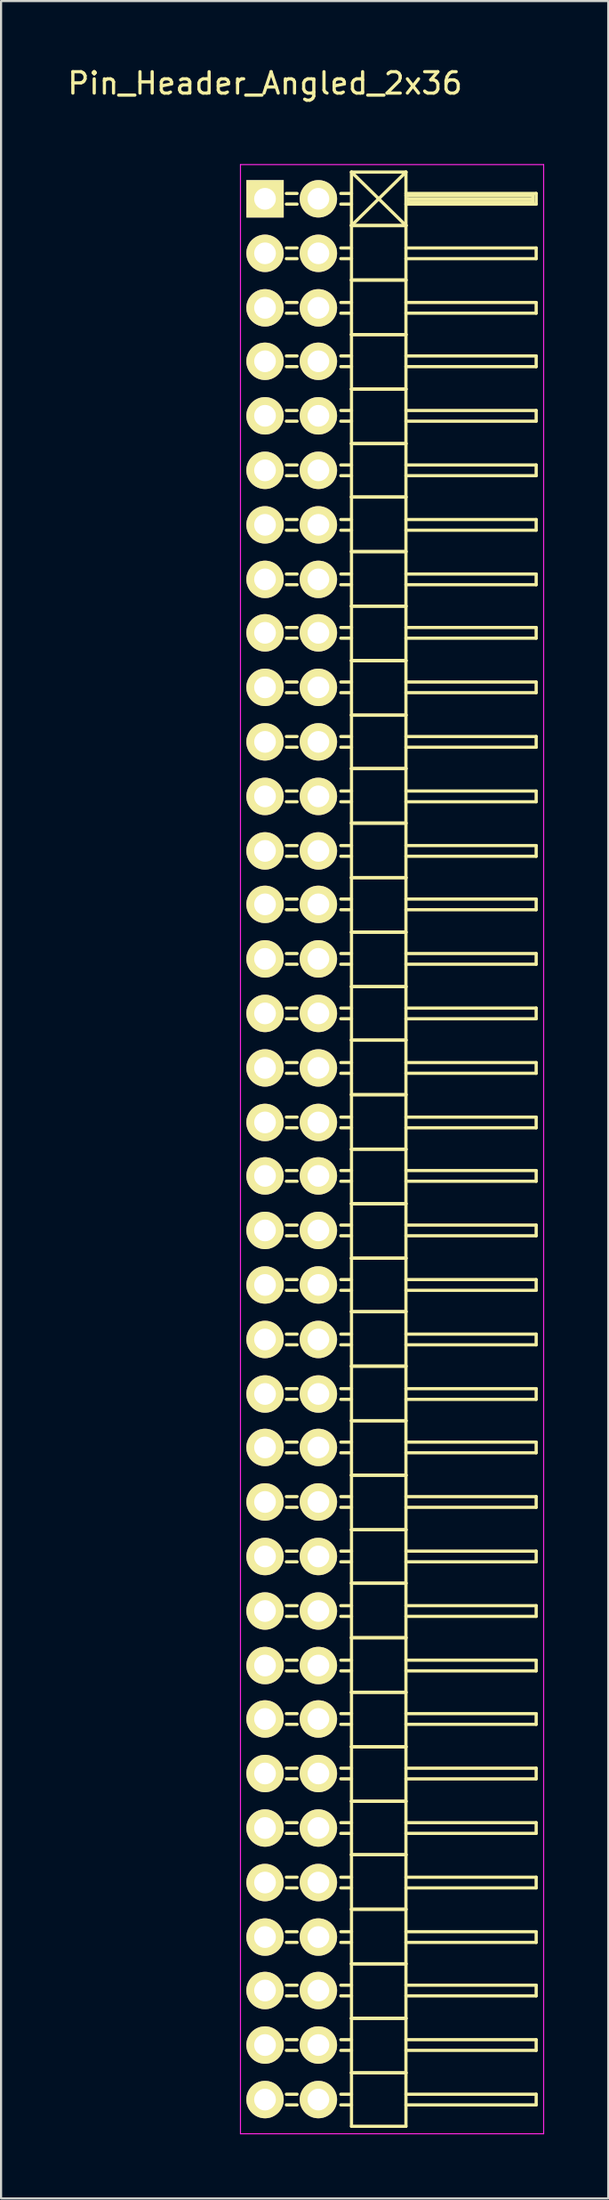
<source format=kicad_pcb>
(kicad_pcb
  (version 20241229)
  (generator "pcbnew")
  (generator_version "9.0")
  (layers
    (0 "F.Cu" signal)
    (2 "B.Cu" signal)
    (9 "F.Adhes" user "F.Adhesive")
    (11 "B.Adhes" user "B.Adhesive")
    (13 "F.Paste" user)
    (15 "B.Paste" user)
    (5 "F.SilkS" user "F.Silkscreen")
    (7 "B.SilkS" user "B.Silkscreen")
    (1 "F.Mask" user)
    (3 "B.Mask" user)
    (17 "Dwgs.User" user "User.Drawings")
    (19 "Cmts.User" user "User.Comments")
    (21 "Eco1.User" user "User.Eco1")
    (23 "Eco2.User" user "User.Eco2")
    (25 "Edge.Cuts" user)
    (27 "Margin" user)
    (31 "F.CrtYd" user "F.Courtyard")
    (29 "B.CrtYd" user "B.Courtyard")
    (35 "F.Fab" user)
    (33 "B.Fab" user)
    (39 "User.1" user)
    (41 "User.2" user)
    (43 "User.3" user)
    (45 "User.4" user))
  (footprint "Pin_Header_Angled_2x36"
    (layer "F.Cu")
    (at 9.363 6.248)
    (property "Reference" "Pin_Header_Angled_2x36" (at 0 -5.4 0) (layer "F.SilkS") (effects (font (size 1 1) (thickness 0.15))))
    (attr through_hole)
    (fp_line (start 1.5 -0.25) (end 1 -0.25) (stroke (width 0.15) (type solid)) (layer "F.SilkS"))
    (fp_line (start 1.5 0.25) (end 1 0.25) (stroke (width 0.15) (type solid)) (layer "F.SilkS"))
    (fp_line (start 1.5 2.3) (end 1 2.3) (stroke (width 0.15) (type solid)) (layer "F.SilkS"))
    (fp_line (start 1.5 2.8) (end 1 2.8) (stroke (width 0.15) (type solid)) (layer "F.SilkS"))
    (fp_line (start 1.5 4.85) (end 1 4.85) (stroke (width 0.15) (type solid)) (layer "F.SilkS"))
    (fp_line (start 1.5 5.35) (end 1 5.35) (stroke (width 0.15) (type solid)) (layer "F.SilkS"))
    (fp_line (start 1.5 7.35) (end 1 7.35) (stroke (width 0.15) (type solid)) (layer "F.SilkS"))
    (fp_line (start 1.5 7.85) (end 1 7.85) (stroke (width 0.15) (type solid)) (layer "F.SilkS"))
    (fp_line (start 1.5 9.9) (end 1 9.9) (stroke (width 0.15) (type solid)) (layer "F.SilkS"))
    (fp_line (start 1.5 10.4) (end 1 10.4) (stroke (width 0.15) (type solid)) (layer "F.SilkS"))
    (fp_line (start 1.5 12.45) (end 1 12.45) (stroke (width 0.15) (type solid)) (layer "F.SilkS"))
    (fp_line (start 1.5 12.95) (end 1 12.95) (stroke (width 0.15) (type solid)) (layer "F.SilkS"))
    (fp_line (start 1.5 15) (end 1 15) (stroke (width 0.15) (type solid)) (layer "F.SilkS"))
    (fp_line (start 1.5 15.5) (end 1 15.5) (stroke (width 0.15) (type solid)) (layer "F.SilkS"))
    (fp_line (start 1.5 17.55) (end 1 17.55) (stroke (width 0.15) (type solid)) (layer "F.SilkS"))
    (fp_line (start 1.5 18.05) (end 1 18.05) (stroke (width 0.15) (type solid)) (layer "F.SilkS"))
    (fp_line (start 1.5 20.05) (end 1 20.05) (stroke (width 0.15) (type solid)) (layer "F.SilkS"))
    (fp_line (start 1.5 20.55) (end 1 20.55) (stroke (width 0.15) (type solid)) (layer "F.SilkS"))
    (fp_line (start 1.5 22.6) (end 1 22.6) (stroke (width 0.15) (type solid)) (layer "F.SilkS"))
    (fp_line (start 1.5 23.1) (end 1 23.1) (stroke (width 0.15) (type solid)) (layer "F.SilkS"))
    (fp_line (start 1.5 25.15) (end 1 25.15) (stroke (width 0.15) (type solid)) (layer "F.SilkS"))
    (fp_line (start 1.5 25.65) (end 1 25.65) (stroke (width 0.15) (type solid)) (layer "F.SilkS"))
    (fp_line (start 1.5 27.7) (end 1 27.7) (stroke (width 0.15) (type solid)) (layer "F.SilkS"))
    (fp_line (start 1.5 28.2) (end 1 28.2) (stroke (width 0.15) (type solid)) (layer "F.SilkS"))
    (fp_line (start 1.5 30.25) (end 1 30.25) (stroke (width 0.15) (type solid)) (layer "F.SilkS"))
    (fp_line (start 1.5 30.75) (end 1 30.75) (stroke (width 0.15) (type solid)) (layer "F.SilkS"))
    (fp_line (start 1.5 32.75) (end 1 32.75) (stroke (width 0.15) (type solid)) (layer "F.SilkS"))
    (fp_line (start 1.5 33.25) (end 1 33.25) (stroke (width 0.15) (type solid)) (layer "F.SilkS"))
    (fp_line (start 1.5 35.3) (end 1 35.3) (stroke (width 0.15) (type solid)) (layer "F.SilkS"))
    (fp_line (start 1.5 35.8) (end 1 35.8) (stroke (width 0.15) (type solid)) (layer "F.SilkS"))
    (fp_line (start 1.5 37.85) (end 1 37.85) (stroke (width 0.15) (type solid)) (layer "F.SilkS"))
    (fp_line (start 1.5 38.35) (end 1 38.35) (stroke (width 0.15) (type solid)) (layer "F.SilkS"))
    (fp_line (start 1.5 40.4) (end 1 40.4) (stroke (width 0.15) (type solid)) (layer "F.SilkS"))
    (fp_line (start 1.5 40.9) (end 1 40.9) (stroke (width 0.15) (type solid)) (layer "F.SilkS"))
    (fp_line (start 1.5 42.95) (end 1 42.95) (stroke (width 0.15) (type solid)) (layer "F.SilkS"))
    (fp_line (start 1.5 43.45) (end 1 43.45) (stroke (width 0.15) (type solid)) (layer "F.SilkS"))
    (fp_line (start 1.5 45.45) (end 1 45.45) (stroke (width 0.15) (type solid)) (layer "F.SilkS"))
    (fp_line (start 1.5 45.95) (end 1 45.95) (stroke (width 0.15) (type solid)) (layer "F.SilkS"))
    (fp_line (start 1.5 48) (end 1 48) (stroke (width 0.15) (type solid)) (layer "F.SilkS"))
    (fp_line (start 1.5 48.5) (end 1 48.5) (stroke (width 0.15) (type solid)) (layer "F.SilkS"))
    (fp_line (start 1.5 50.55) (end 1 50.55) (stroke (width 0.15) (type solid)) (layer "F.SilkS"))
    (fp_line (start 1.5 51.05) (end 1 51.05) (stroke (width 0.15) (type solid)) (layer "F.SilkS"))
    (fp_line (start 1.5 53.1) (end 1 53.1) (stroke (width 0.15) (type solid)) (layer "F.SilkS"))
    (fp_line (start 1.5 53.6) (end 1 53.6) (stroke (width 0.15) (type solid)) (layer "F.SilkS"))
    (fp_line (start 1.5 55.65) (end 1 55.65) (stroke (width 0.15) (type solid)) (layer "F.SilkS"))
    (fp_line (start 1.5 56.15) (end 1 56.15) (stroke (width 0.15) (type solid)) (layer "F.SilkS"))
    (fp_line (start 1.5 58.15) (end 1 58.15) (stroke (width 0.15) (type solid)) (layer "F.SilkS"))
    (fp_line (start 1.5 58.65) (end 1 58.65) (stroke (width 0.15) (type solid)) (layer "F.SilkS"))
    (fp_line (start 1.5 60.7) (end 1 60.7) (stroke (width 0.15) (type solid)) (layer "F.SilkS"))
    (fp_line (start 1.5 61.2) (end 1 61.2) (stroke (width 0.15) (type solid)) (layer "F.SilkS"))
    (fp_line (start 1.5 63.25) (end 1 63.25) (stroke (width 0.15) (type solid)) (layer "F.SilkS"))
    (fp_line (start 1.5 63.75) (end 1 63.75) (stroke (width 0.15) (type solid)) (layer "F.SilkS"))
    (fp_line (start 1.5 65.8) (end 1 65.8) (stroke (width 0.15) (type solid)) (layer "F.SilkS"))
    (fp_line (start 1.5 66.3) (end 1 66.3) (stroke (width 0.15) (type solid)) (layer "F.SilkS"))
    (fp_line (start 1.5 68.35) (end 1 68.35) (stroke (width 0.15) (type solid)) (layer "F.SilkS"))
    (fp_line (start 1.5 68.85) (end 1 68.85) (stroke (width 0.15) (type solid)) (layer "F.SilkS"))
    (fp_line (start 1.5 70.85) (end 1 70.85) (stroke (width 0.15) (type solid)) (layer "F.SilkS"))
    (fp_line (start 1.5 71.35) (end 1 71.35) (stroke (width 0.15) (type solid)) (layer "F.SilkS"))
    (fp_line (start 1.5 73.4) (end 1 73.4) (stroke (width 0.15) (type solid)) (layer "F.SilkS"))
    (fp_line (start 1.5 73.9) (end 1 73.9) (stroke (width 0.15) (type solid)) (layer "F.SilkS"))
    (fp_line (start 1.5 75.95) (end 1 75.95) (stroke (width 0.15) (type solid)) (layer "F.SilkS"))
    (fp_line (start 1.5 76.45) (end 1 76.45) (stroke (width 0.15) (type solid)) (layer "F.SilkS"))
    (fp_line (start 1.5 78.5) (end 1 78.5) (stroke (width 0.15) (type solid)) (layer "F.SilkS"))
    (fp_line (start 1.5 79) (end 1 79) (stroke (width 0.15) (type solid)) (layer "F.SilkS"))
    (fp_line (start 1.5 81.05) (end 1 81.05) (stroke (width 0.15) (type solid)) (layer "F.SilkS"))
    (fp_line (start 1.5 81.55) (end 1 81.55) (stroke (width 0.15) (type solid)) (layer "F.SilkS"))
    (fp_line (start 1.5 83.55) (end 1 83.55) (stroke (width 0.15) (type solid)) (layer "F.SilkS"))
    (fp_line (start 1.5 84.05) (end 1 84.05) (stroke (width 0.15) (type solid)) (layer "F.SilkS"))
    (fp_line (start 1.5 86.1) (end 1 86.1) (stroke (width 0.15) (type solid)) (layer "F.SilkS"))
    (fp_line (start 1.5 86.6) (end 1 86.6) (stroke (width 0.15) (type solid)) (layer "F.SilkS"))
    (fp_line (start 1.5 88.65) (end 1 88.65) (stroke (width 0.15) (type solid)) (layer "F.SilkS"))
    (fp_line (start 1.5 89.15) (end 1 89.15) (stroke (width 0.15) (type solid)) (layer "F.SilkS"))
    (fp_line (start 4.05 -1.25) (end 4.05 1.25) (stroke (width 0.15) (type solid)) (layer "F.SilkS"))
    (fp_line (start 4.05 -1.25) (end 6.6 -1.25) (stroke (width 0.15) (type solid)) (layer "F.SilkS"))
    (fp_line (start 4.05 -1.25) (end 6.6 1.25) (stroke (width 0.15) (type solid)) (layer "F.SilkS"))
    (fp_line (start 4.05 -0.25) (end 3.55 -0.25) (stroke (width 0.15) (type solid)) (layer "F.SilkS"))
    (fp_line (start 4.05 0.25) (end 3.55 0.25) (stroke (width 0.15) (type solid)) (layer "F.SilkS"))
    (fp_line (start 4.05 1.25) (end 4.05 3.8) (stroke (width 0.15) (type solid)) (layer "F.SilkS"))
    (fp_line (start 4.05 1.25) (end 6.6 1.25) (stroke (width 0.15) (type solid)) (layer "F.SilkS"))
    (fp_line (start 4.05 1.25) (end 6.6 1.25) (stroke (width 0.15) (type solid)) (layer "F.SilkS"))
    (fp_line (start 4.05 2.3) (end 3.55 2.3) (stroke (width 0.15) (type solid)) (layer "F.SilkS"))
    (fp_line (start 4.05 2.8) (end 3.55 2.8) (stroke (width 0.15) (type solid)) (layer "F.SilkS"))
    (fp_line (start 4.05 3.8) (end 4.05 6.35) (stroke (width 0.15) (type solid)) (layer "F.SilkS"))
    (fp_line (start 4.05 3.8) (end 6.6 3.8) (stroke (width 0.15) (type solid)) (layer "F.SilkS"))
    (fp_line (start 4.05 3.8) (end 6.6 3.8) (stroke (width 0.15) (type solid)) (layer "F.SilkS"))
    (fp_line (start 4.05 4.85) (end 3.55 4.85) (stroke (width 0.15) (type solid)) (layer "F.SilkS"))
    (fp_line (start 4.05 5.35) (end 3.55 5.35) (stroke (width 0.15) (type solid)) (layer "F.SilkS"))
    (fp_line (start 4.05 6.35) (end 4.05 8.9) (stroke (width 0.15) (type solid)) (layer "F.SilkS"))
    (fp_line (start 4.05 6.35) (end 6.6 6.35) (stroke (width 0.15) (type solid)) (layer "F.SilkS"))
    (fp_line (start 4.05 6.35) (end 6.6 6.35) (stroke (width 0.15) (type solid)) (layer "F.SilkS"))
    (fp_line (start 4.05 7.35) (end 3.55 7.35) (stroke (width 0.15) (type solid)) (layer "F.SilkS"))
    (fp_line (start 4.05 7.85) (end 3.55 7.85) (stroke (width 0.15) (type solid)) (layer "F.SilkS"))
    (fp_line (start 4.05 8.9) (end 4.05 11.45) (stroke (width 0.15) (type solid)) (layer "F.SilkS"))
    (fp_line (start 4.05 8.9) (end 6.6 8.9) (stroke (width 0.15) (type solid)) (layer "F.SilkS"))
    (fp_line (start 4.05 8.9) (end 6.6 8.9) (stroke (width 0.15) (type solid)) (layer "F.SilkS"))
    (fp_line (start 4.05 9.9) (end 3.55 9.9) (stroke (width 0.15) (type solid)) (layer "F.SilkS"))
    (fp_line (start 4.05 10.4) (end 3.55 10.4) (stroke (width 0.15) (type solid)) (layer "F.SilkS"))
    (fp_line (start 4.05 11.45) (end 4.05 13.95) (stroke (width 0.15) (type solid)) (layer "F.SilkS"))
    (fp_line (start 4.05 11.45) (end 6.6 11.45) (stroke (width 0.15) (type solid)) (layer "F.SilkS"))
    (fp_line (start 4.05 11.45) (end 6.6 11.45) (stroke (width 0.15) (type solid)) (layer "F.SilkS"))
    (fp_line (start 4.05 12.45) (end 3.55 12.45) (stroke (width 0.15) (type solid)) (layer "F.SilkS"))
    (fp_line (start 4.05 12.95) (end 3.55 12.95) (stroke (width 0.15) (type solid)) (layer "F.SilkS"))
    (fp_line (start 4.05 13.95) (end 4.05 16.5) (stroke (width 0.15) (type solid)) (layer "F.SilkS"))
    (fp_line (start 4.05 13.95) (end 6.6 13.95) (stroke (width 0.15) (type solid)) (layer "F.SilkS"))
    (fp_line (start 4.05 13.95) (end 6.6 13.95) (stroke (width 0.15) (type solid)) (layer "F.SilkS"))
    (fp_line (start 4.05 15) (end 3.55 15) (stroke (width 0.15) (type solid)) (layer "F.SilkS"))
    (fp_line (start 4.05 15.5) (end 3.55 15.5) (stroke (width 0.15) (type solid)) (layer "F.SilkS"))
    (fp_line (start 4.05 16.5) (end 4.05 19.05) (stroke (width 0.15) (type solid)) (layer "F.SilkS"))
    (fp_line (start 4.05 16.5) (end 6.6 16.5) (stroke (width 0.15) (type solid)) (layer "F.SilkS"))
    (fp_line (start 4.05 16.5) (end 6.6 16.5) (stroke (width 0.15) (type solid)) (layer "F.SilkS"))
    (fp_line (start 4.05 17.55) (end 3.55 17.55) (stroke (width 0.15) (type solid)) (layer "F.SilkS"))
    (fp_line (start 4.05 18.05) (end 3.55 18.05) (stroke (width 0.15) (type solid)) (layer "F.SilkS"))
    (fp_line (start 4.05 19.05) (end 4.05 21.6) (stroke (width 0.15) (type solid)) (layer "F.SilkS"))
    (fp_line (start 4.05 19.05) (end 6.6 19.05) (stroke (width 0.15) (type solid)) (layer "F.SilkS"))
    (fp_line (start 4.05 19.05) (end 6.6 19.05) (stroke (width 0.15) (type solid)) (layer "F.SilkS"))
    (fp_line (start 4.05 20.05) (end 3.55 20.05) (stroke (width 0.15) (type solid)) (layer "F.SilkS"))
    (fp_line (start 4.05 20.55) (end 3.55 20.55) (stroke (width 0.15) (type solid)) (layer "F.SilkS"))
    (fp_line (start 4.05 21.6) (end 4.05 24.15) (stroke (width 0.15) (type solid)) (layer "F.SilkS"))
    (fp_line (start 4.05 21.6) (end 6.6 21.6) (stroke (width 0.15) (type solid)) (layer "F.SilkS"))
    (fp_line (start 4.05 21.6) (end 6.6 21.6) (stroke (width 0.15) (type solid)) (layer "F.SilkS"))
    (fp_line (start 4.05 22.6) (end 3.55 22.6) (stroke (width 0.15) (type solid)) (layer "F.SilkS"))
    (fp_line (start 4.05 23.1) (end 3.55 23.1) (stroke (width 0.15) (type solid)) (layer "F.SilkS"))
    (fp_line (start 4.05 24.15) (end 4.05 26.65) (stroke (width 0.15) (type solid)) (layer "F.SilkS"))
    (fp_line (start 4.05 24.15) (end 6.6 24.15) (stroke (width 0.15) (type solid)) (layer "F.SilkS"))
    (fp_line (start 4.05 24.15) (end 6.6 24.15) (stroke (width 0.15) (type solid)) (layer "F.SilkS"))
    (fp_line (start 4.05 25.15) (end 3.55 25.15) (stroke (width 0.15) (type solid)) (layer "F.SilkS"))
    (fp_line (start 4.05 25.65) (end 3.55 25.65) (stroke (width 0.15) (type solid)) (layer "F.SilkS"))
    (fp_line (start 4.05 26.65) (end 4.05 29.2) (stroke (width 0.15) (type solid)) (layer "F.SilkS"))
    (fp_line (start 4.05 26.65) (end 6.6 26.65) (stroke (width 0.15) (type solid)) (layer "F.SilkS"))
    (fp_line (start 4.05 26.65) (end 6.6 26.65) (stroke (width 0.15) (type solid)) (layer "F.SilkS"))
    (fp_line (start 4.05 27.7) (end 3.55 27.7) (stroke (width 0.15) (type solid)) (layer "F.SilkS"))
    (fp_line (start 4.05 28.2) (end 3.55 28.2) (stroke (width 0.15) (type solid)) (layer "F.SilkS"))
    (fp_line (start 4.05 29.2) (end 4.05 31.75) (stroke (width 0.15) (type solid)) (layer "F.SilkS"))
    (fp_line (start 4.05 29.2) (end 6.6 29.2) (stroke (width 0.15) (type solid)) (layer "F.SilkS"))
    (fp_line (start 4.05 29.2) (end 6.6 29.2) (stroke (width 0.15) (type solid)) (layer "F.SilkS"))
    (fp_line (start 4.05 30.25) (end 3.55 30.25) (stroke (width 0.15) (type solid)) (layer "F.SilkS"))
    (fp_line (start 4.05 30.75) (end 3.55 30.75) (stroke (width 0.15) (type solid)) (layer "F.SilkS"))
    (fp_line (start 4.05 31.75) (end 4.05 34.3) (stroke (width 0.15) (type solid)) (layer "F.SilkS"))
    (fp_line (start 4.05 31.75) (end 6.6 31.75) (stroke (width 0.15) (type solid)) (layer "F.SilkS"))
    (fp_line (start 4.05 31.75) (end 6.6 31.75) (stroke (width 0.15) (type solid)) (layer "F.SilkS"))
    (fp_line (start 4.05 32.75) (end 3.55 32.75) (stroke (width 0.15) (type solid)) (layer "F.SilkS"))
    (fp_line (start 4.05 33.25) (end 3.55 33.25) (stroke (width 0.15) (type solid)) (layer "F.SilkS"))
    (fp_line (start 4.05 34.3) (end 4.05 36.85) (stroke (width 0.15) (type solid)) (layer "F.SilkS"))
    (fp_line (start 4.05 34.3) (end 6.6 34.3) (stroke (width 0.15) (type solid)) (layer "F.SilkS"))
    (fp_line (start 4.05 34.3) (end 6.6 34.3) (stroke (width 0.15) (type solid)) (layer "F.SilkS"))
    (fp_line (start 4.05 35.3) (end 3.55 35.3) (stroke (width 0.15) (type solid)) (layer "F.SilkS"))
    (fp_line (start 4.05 35.8) (end 3.55 35.8) (stroke (width 0.15) (type solid)) (layer "F.SilkS"))
    (fp_line (start 4.05 36.85) (end 4.05 39.35) (stroke (width 0.15) (type solid)) (layer "F.SilkS"))
    (fp_line (start 4.05 36.85) (end 6.6 36.85) (stroke (width 0.15) (type solid)) (layer "F.SilkS"))
    (fp_line (start 4.05 36.85) (end 6.6 36.85) (stroke (width 0.15) (type solid)) (layer "F.SilkS"))
    (fp_line (start 4.05 37.85) (end 3.55 37.85) (stroke (width 0.15) (type solid)) (layer "F.SilkS"))
    (fp_line (start 4.05 38.35) (end 3.55 38.35) (stroke (width 0.15) (type solid)) (layer "F.SilkS"))
    (fp_line (start 4.05 39.35) (end 4.05 41.9) (stroke (width 0.15) (type solid)) (layer "F.SilkS"))
    (fp_line (start 4.05 39.35) (end 6.6 39.35) (stroke (width 0.15) (type solid)) (layer "F.SilkS"))
    (fp_line (start 4.05 39.35) (end 6.6 39.35) (stroke (width 0.15) (type solid)) (layer "F.SilkS"))
    (fp_line (start 4.05 40.4) (end 3.55 40.4) (stroke (width 0.15) (type solid)) (layer "F.SilkS"))
    (fp_line (start 4.05 40.9) (end 3.55 40.9) (stroke (width 0.15) (type solid)) (layer "F.SilkS"))
    (fp_line (start 4.05 41.9) (end 4.05 44.45) (stroke (width 0.15) (type solid)) (layer "F.SilkS"))
    (fp_line (start 4.05 41.9) (end 6.6 41.9) (stroke (width 0.15) (type solid)) (layer "F.SilkS"))
    (fp_line (start 4.05 41.9) (end 6.6 41.9) (stroke (width 0.15) (type solid)) (layer "F.SilkS"))
    (fp_line (start 4.05 42.95) (end 3.55 42.95) (stroke (width 0.15) (type solid)) (layer "F.SilkS"))
    (fp_line (start 4.05 43.45) (end 3.55 43.45) (stroke (width 0.15) (type solid)) (layer "F.SilkS"))
    (fp_line (start 4.05 44.45) (end 4.05 47) (stroke (width 0.15) (type solid)) (layer "F.SilkS"))
    (fp_line (start 4.05 44.45) (end 6.6 44.45) (stroke (width 0.15) (type solid)) (layer "F.SilkS"))
    (fp_line (start 4.05 44.45) (end 6.6 44.45) (stroke (width 0.15) (type solid)) (layer "F.SilkS"))
    (fp_line (start 4.05 45.45) (end 3.55 45.45) (stroke (width 0.15) (type solid)) (layer "F.SilkS"))
    (fp_line (start 4.05 45.95) (end 3.55 45.95) (stroke (width 0.15) (type solid)) (layer "F.SilkS"))
    (fp_line (start 4.05 47) (end 4.05 49.55) (stroke (width 0.15) (type solid)) (layer "F.SilkS"))
    (fp_line (start 4.05 47) (end 6.6 47) (stroke (width 0.15) (type solid)) (layer "F.SilkS"))
    (fp_line (start 4.05 47) (end 6.6 47) (stroke (width 0.15) (type solid)) (layer "F.SilkS"))
    (fp_line (start 4.05 48) (end 3.55 48) (stroke (width 0.15) (type solid)) (layer "F.SilkS"))
    (fp_line (start 4.05 48.5) (end 3.55 48.5) (stroke (width 0.15) (type solid)) (layer "F.SilkS"))
    (fp_line (start 4.05 49.55) (end 4.05 52.05) (stroke (width 0.15) (type solid)) (layer "F.SilkS"))
    (fp_line (start 4.05 49.55) (end 6.6 49.55) (stroke (width 0.15) (type solid)) (layer "F.SilkS"))
    (fp_line (start 4.05 49.55) (end 6.6 49.55) (stroke (width 0.15) (type solid)) (layer "F.SilkS"))
    (fp_line (start 4.05 50.55) (end 3.55 50.55) (stroke (width 0.15) (type solid)) (layer "F.SilkS"))
    (fp_line (start 4.05 51.05) (end 3.55 51.05) (stroke (width 0.15) (type solid)) (layer "F.SilkS"))
    (fp_line (start 4.05 52.05) (end 4.05 54.6) (stroke (width 0.15) (type solid)) (layer "F.SilkS"))
    (fp_line (start 4.05 52.05) (end 6.6 52.05) (stroke (width 0.15) (type solid)) (layer "F.SilkS"))
    (fp_line (start 4.05 52.05) (end 6.6 52.05) (stroke (width 0.15) (type solid)) (layer "F.SilkS"))
    (fp_line (start 4.05 53.1) (end 3.55 53.1) (stroke (width 0.15) (type solid)) (layer "F.SilkS"))
    (fp_line (start 4.05 53.6) (end 3.55 53.6) (stroke (width 0.15) (type solid)) (layer "F.SilkS"))
    (fp_line (start 4.05 54.6) (end 4.05 57.15) (stroke (width 0.15) (type solid)) (layer "F.SilkS"))
    (fp_line (start 4.05 54.6) (end 6.6 54.6) (stroke (width 0.15) (type solid)) (layer "F.SilkS"))
    (fp_line (start 4.05 54.6) (end 6.6 54.6) (stroke (width 0.15) (type solid)) (layer "F.SilkS"))
    (fp_line (start 4.05 55.65) (end 3.55 55.65) (stroke (width 0.15) (type solid)) (layer "F.SilkS"))
    (fp_line (start 4.05 56.15) (end 3.55 56.15) (stroke (width 0.15) (type solid)) (layer "F.SilkS"))
    (fp_line (start 4.05 57.15) (end 4.05 59.7) (stroke (width 0.15) (type solid)) (layer "F.SilkS"))
    (fp_line (start 4.05 57.15) (end 6.6 57.15) (stroke (width 0.15) (type solid)) (layer "F.SilkS"))
    (fp_line (start 4.05 57.15) (end 6.6 57.15) (stroke (width 0.15) (type solid)) (layer "F.SilkS"))
    (fp_line (start 4.05 58.15) (end 3.55 58.15) (stroke (width 0.15) (type solid)) (layer "F.SilkS"))
    (fp_line (start 4.05 58.65) (end 3.55 58.65) (stroke (width 0.15) (type solid)) (layer "F.SilkS"))
    (fp_line (start 4.05 59.7) (end 4.05 62.25) (stroke (width 0.15) (type solid)) (layer "F.SilkS"))
    (fp_line (start 4.05 59.7) (end 6.6 59.7) (stroke (width 0.15) (type solid)) (layer "F.SilkS"))
    (fp_line (start 4.05 59.7) (end 6.6 59.7) (stroke (width 0.15) (type solid)) (layer "F.SilkS"))
    (fp_line (start 4.05 60.7) (end 3.55 60.7) (stroke (width 0.15) (type solid)) (layer "F.SilkS"))
    (fp_line (start 4.05 61.2) (end 3.55 61.2) (stroke (width 0.15) (type solid)) (layer "F.SilkS"))
    (fp_line (start 4.05 62.25) (end 4.05 64.75) (stroke (width 0.15) (type solid)) (layer "F.SilkS"))
    (fp_line (start 4.05 62.25) (end 6.6 62.25) (stroke (width 0.15) (type solid)) (layer "F.SilkS"))
    (fp_line (start 4.05 62.25) (end 6.6 62.25) (stroke (width 0.15) (type solid)) (layer "F.SilkS"))
    (fp_line (start 4.05 63.25) (end 3.55 63.25) (stroke (width 0.15) (type solid)) (layer "F.SilkS"))
    (fp_line (start 4.05 63.75) (end 3.55 63.75) (stroke (width 0.15) (type solid)) (layer "F.SilkS"))
    (fp_line (start 4.05 64.75) (end 4.05 67.3) (stroke (width 0.15) (type solid)) (layer "F.SilkS"))
    (fp_line (start 4.05 64.75) (end 6.6 64.75) (stroke (width 0.15) (type solid)) (layer "F.SilkS"))
    (fp_line (start 4.05 64.75) (end 6.6 64.75) (stroke (width 0.15) (type solid)) (layer "F.SilkS"))
    (fp_line (start 4.05 65.8) (end 3.55 65.8) (stroke (width 0.15) (type solid)) (layer "F.SilkS"))
    (fp_line (start 4.05 66.3) (end 3.55 66.3) (stroke (width 0.15) (type solid)) (layer "F.SilkS"))
    (fp_line (start 4.05 67.3) (end 4.05 69.85) (stroke (width 0.15) (type solid)) (layer "F.SilkS"))
    (fp_line (start 4.05 67.3) (end 6.6 67.3) (stroke (width 0.15) (type solid)) (layer "F.SilkS"))
    (fp_line (start 4.05 67.3) (end 6.6 67.3) (stroke (width 0.15) (type solid)) (layer "F.SilkS"))
    (fp_line (start 4.05 68.35) (end 3.55 68.35) (stroke (width 0.15) (type solid)) (layer "F.SilkS"))
    (fp_line (start 4.05 68.85) (end 3.55 68.85) (stroke (width 0.15) (type solid)) (layer "F.SilkS"))
    (fp_line (start 4.05 69.85) (end 4.05 72.4) (stroke (width 0.15) (type solid)) (layer "F.SilkS"))
    (fp_line (start 4.05 69.85) (end 6.6 69.85) (stroke (width 0.15) (type solid)) (layer "F.SilkS"))
    (fp_line (start 4.05 69.85) (end 6.6 69.85) (stroke (width 0.15) (type solid)) (layer "F.SilkS"))
    (fp_line (start 4.05 70.85) (end 3.55 70.85) (stroke (width 0.15) (type solid)) (layer "F.SilkS"))
    (fp_line (start 4.05 71.35) (end 3.55 71.35) (stroke (width 0.15) (type solid)) (layer "F.SilkS"))
    (fp_line (start 4.05 72.4) (end 4.05 74.95) (stroke (width 0.15) (type solid)) (layer "F.SilkS"))
    (fp_line (start 4.05 72.4) (end 6.6 72.4) (stroke (width 0.15) (type solid)) (layer "F.SilkS"))
    (fp_line (start 4.05 72.4) (end 6.6 72.4) (stroke (width 0.15) (type solid)) (layer "F.SilkS"))
    (fp_line (start 4.05 73.4) (end 3.55 73.4) (stroke (width 0.15) (type solid)) (layer "F.SilkS"))
    (fp_line (start 4.05 73.9) (end 3.55 73.9) (stroke (width 0.15) (type solid)) (layer "F.SilkS"))
    (fp_line (start 4.05 74.95) (end 4.05 77.45) (stroke (width 0.15) (type solid)) (layer "F.SilkS"))
    (fp_line (start 4.05 74.95) (end 6.6 74.95) (stroke (width 0.15) (type solid)) (layer "F.SilkS"))
    (fp_line (start 4.05 74.95) (end 6.6 74.95) (stroke (width 0.15) (type solid)) (layer "F.SilkS"))
    (fp_line (start 4.05 75.95) (end 3.55 75.95) (stroke (width 0.15) (type solid)) (layer "F.SilkS"))
    (fp_line (start 4.05 76.45) (end 3.55 76.45) (stroke (width 0.15) (type solid)) (layer "F.SilkS"))
    (fp_line (start 4.05 77.45) (end 4.05 80) (stroke (width 0.15) (type solid)) (layer "F.SilkS"))
    (fp_line (start 4.05 77.45) (end 6.6 77.45) (stroke (width 0.15) (type solid)) (layer "F.SilkS"))
    (fp_line (start 4.05 77.45) (end 6.6 77.45) (stroke (width 0.15) (type solid)) (layer "F.SilkS"))
    (fp_line (start 4.05 78.5) (end 3.55 78.5) (stroke (width 0.15) (type solid)) (layer "F.SilkS"))
    (fp_line (start 4.05 79) (end 3.55 79) (stroke (width 0.15) (type solid)) (layer "F.SilkS"))
    (fp_line (start 4.05 80) (end 4.05 82.55) (stroke (width 0.15) (type solid)) (layer "F.SilkS"))
    (fp_line (start 4.05 80) (end 6.6 80) (stroke (width 0.15) (type solid)) (layer "F.SilkS"))
    (fp_line (start 4.05 80) (end 6.6 80) (stroke (width 0.15) (type solid)) (layer "F.SilkS"))
    (fp_line (start 4.05 81.05) (end 3.55 81.05) (stroke (width 0.15) (type solid)) (layer "F.SilkS"))
    (fp_line (start 4.05 81.55) (end 3.55 81.55) (stroke (width 0.15) (type solid)) (layer "F.SilkS"))
    (fp_line (start 4.05 82.55) (end 4.05 85.1) (stroke (width 0.15) (type solid)) (layer "F.SilkS"))
    (fp_line (start 4.05 82.55) (end 6.6 82.55) (stroke (width 0.15) (type solid)) (layer "F.SilkS"))
    (fp_line (start 4.05 82.55) (end 6.6 82.55) (stroke (width 0.15) (type solid)) (layer "F.SilkS"))
    (fp_line (start 4.05 83.55) (end 3.55 83.55) (stroke (width 0.15) (type solid)) (layer "F.SilkS"))
    (fp_line (start 4.05 84.05) (end 3.55 84.05) (stroke (width 0.15) (type solid)) (layer "F.SilkS"))
    (fp_line (start 4.05 85.1) (end 4.05 87.65) (stroke (width 0.15) (type solid)) (layer "F.SilkS"))
    (fp_line (start 4.05 85.1) (end 6.6 85.1) (stroke (width 0.15) (type solid)) (layer "F.SilkS"))
    (fp_line (start 4.05 85.1) (end 6.6 85.1) (stroke (width 0.15) (type solid)) (layer "F.SilkS"))
    (fp_line (start 4.05 86.1) (end 3.55 86.1) (stroke (width 0.15) (type solid)) (layer "F.SilkS"))
    (fp_line (start 4.05 86.6) (end 3.55 86.6) (stroke (width 0.15) (type solid)) (layer "F.SilkS"))
    (fp_line (start 4.05 87.65) (end 4.05 90.15) (stroke (width 0.15) (type solid)) (layer "F.SilkS"))
    (fp_line (start 4.05 87.65) (end 6.6 87.65) (stroke (width 0.15) (type solid)) (layer "F.SilkS"))
    (fp_line (start 4.05 87.65) (end 6.6 87.65) (stroke (width 0.15) (type solid)) (layer "F.SilkS"))
    (fp_line (start 4.05 88.65) (end 3.55 88.65) (stroke (width 0.15) (type solid)) (layer "F.SilkS"))
    (fp_line (start 4.05 89.15) (end 3.55 89.15) (stroke (width 0.15) (type solid)) (layer "F.SilkS"))
    (fp_line (start 4.05 90.15) (end 6.6 90.15) (stroke (width 0.15) (type solid)) (layer "F.SilkS"))
    (fp_line (start 6.6 -1.25) (end 4.05 1.25) (stroke (width 0.15) (type solid)) (layer "F.SilkS"))
    (fp_line (start 6.6 -0.25) (end 12.7 -0.25) (stroke (width 0.15) (type solid)) (layer "F.SilkS"))
    (fp_line (start 6.6 -0.15) (end 12.55 -0.15) (stroke (width 0.15) (type solid)) (layer "F.SilkS"))
    (fp_line (start 6.6 1.25) (end 6.6 -1.25) (stroke (width 0.15) (type solid)) (layer "F.SilkS"))
    (fp_line (start 6.6 2.3) (end 12.7 2.3) (stroke (width 0.15) (type solid)) (layer "F.SilkS"))
    (fp_line (start 6.6 3.8) (end 6.6 1.25) (stroke (width 0.15) (type solid)) (layer "F.SilkS"))
    (fp_line (start 6.6 4.85) (end 12.7 4.85) (stroke (width 0.15) (type solid)) (layer "F.SilkS"))
    (fp_line (start 6.6 6.35) (end 6.6 3.8) (stroke (width 0.15) (type solid)) (layer "F.SilkS"))
    (fp_line (start 6.6 7.35) (end 12.7 7.35) (stroke (width 0.15) (type solid)) (layer "F.SilkS"))
    (fp_line (start 6.6 8.9) (end 6.6 6.35) (stroke (width 0.15) (type solid)) (layer "F.SilkS"))
    (fp_line (start 6.6 9.9) (end 12.7 9.9) (stroke (width 0.15) (type solid)) (layer "F.SilkS"))
    (fp_line (start 6.6 11.45) (end 6.6 8.9) (stroke (width 0.15) (type solid)) (layer "F.SilkS"))
    (fp_line (start 6.6 12.45) (end 12.7 12.45) (stroke (width 0.15) (type solid)) (layer "F.SilkS"))
    (fp_line (start 6.6 13.95) (end 6.6 11.45) (stroke (width 0.15) (type solid)) (layer "F.SilkS"))
    (fp_line (start 6.6 15) (end 12.7 15) (stroke (width 0.15) (type solid)) (layer "F.SilkS"))
    (fp_line (start 6.6 16.5) (end 6.6 13.95) (stroke (width 0.15) (type solid)) (layer "F.SilkS"))
    (fp_line (start 6.6 17.55) (end 12.7 17.55) (stroke (width 0.15) (type solid)) (layer "F.SilkS"))
    (fp_line (start 6.6 19.05) (end 6.6 16.5) (stroke (width 0.15) (type solid)) (layer "F.SilkS"))
    (fp_line (start 6.6 20.05) (end 12.7 20.05) (stroke (width 0.15) (type solid)) (layer "F.SilkS"))
    (fp_line (start 6.6 21.6) (end 6.6 19.05) (stroke (width 0.15) (type solid)) (layer "F.SilkS"))
    (fp_line (start 6.6 22.6) (end 12.7 22.6) (stroke (width 0.15) (type solid)) (layer "F.SilkS"))
    (fp_line (start 6.6 24.15) (end 6.6 21.6) (stroke (width 0.15) (type solid)) (layer "F.SilkS"))
    (fp_line (start 6.6 25.15) (end 12.7 25.15) (stroke (width 0.15) (type solid)) (layer "F.SilkS"))
    (fp_line (start 6.6 26.65) (end 6.6 24.15) (stroke (width 0.15) (type solid)) (layer "F.SilkS"))
    (fp_line (start 6.6 27.7) (end 12.7 27.7) (stroke (width 0.15) (type solid)) (layer "F.SilkS"))
    (fp_line (start 6.6 29.2) (end 6.6 26.65) (stroke (width 0.15) (type solid)) (layer "F.SilkS"))
    (fp_line (start 6.6 30.25) (end 12.7 30.25) (stroke (width 0.15) (type solid)) (layer "F.SilkS"))
    (fp_line (start 6.6 31.75) (end 6.6 29.2) (stroke (width 0.15) (type solid)) (layer "F.SilkS"))
    (fp_line (start 6.6 32.75) (end 12.7 32.75) (stroke (width 0.15) (type solid)) (layer "F.SilkS"))
    (fp_line (start 6.6 34.3) (end 6.6 31.75) (stroke (width 0.15) (type solid)) (layer "F.SilkS"))
    (fp_line (start 6.6 35.3) (end 12.7 35.3) (stroke (width 0.15) (type solid)) (layer "F.SilkS"))
    (fp_line (start 6.6 36.85) (end 6.6 34.3) (stroke (width 0.15) (type solid)) (layer "F.SilkS"))
    (fp_line (start 6.6 37.85) (end 12.7 37.85) (stroke (width 0.15) (type solid)) (layer "F.SilkS"))
    (fp_line (start 6.6 39.35) (end 6.6 36.85) (stroke (width 0.15) (type solid)) (layer "F.SilkS"))
    (fp_line (start 6.6 40.4) (end 12.7 40.4) (stroke (width 0.15) (type solid)) (layer "F.SilkS"))
    (fp_line (start 6.6 41.9) (end 6.6 39.35) (stroke (width 0.15) (type solid)) (layer "F.SilkS"))
    (fp_line (start 6.6 42.95) (end 12.7 42.95) (stroke (width 0.15) (type solid)) (layer "F.SilkS"))
    (fp_line (start 6.6 44.45) (end 6.6 41.9) (stroke (width 0.15) (type solid)) (layer "F.SilkS"))
    (fp_line (start 6.6 45.45) (end 12.7 45.45) (stroke (width 0.15) (type solid)) (layer "F.SilkS"))
    (fp_line (start 6.6 47) (end 6.6 44.45) (stroke (width 0.15) (type solid)) (layer "F.SilkS"))
    (fp_line (start 6.6 48) (end 12.7 48) (stroke (width 0.15) (type solid)) (layer "F.SilkS"))
    (fp_line (start 6.6 49.55) (end 6.6 47) (stroke (width 0.15) (type solid)) (layer "F.SilkS"))
    (fp_line (start 6.6 50.55) (end 12.7 50.55) (stroke (width 0.15) (type solid)) (layer "F.SilkS"))
    (fp_line (start 6.6 52.05) (end 6.6 49.55) (stroke (width 0.15) (type solid)) (layer "F.SilkS"))
    (fp_line (start 6.6 53.1) (end 12.7 53.1) (stroke (width 0.15) (type solid)) (layer "F.SilkS"))
    (fp_line (start 6.6 54.6) (end 6.6 52.05) (stroke (width 0.15) (type solid)) (layer "F.SilkS"))
    (fp_line (start 6.6 55.65) (end 12.7 55.65) (stroke (width 0.15) (type solid)) (layer "F.SilkS"))
    (fp_line (start 6.6 57.15) (end 6.6 54.6) (stroke (width 0.15) (type solid)) (layer "F.SilkS"))
    (fp_line (start 6.6 58.15) (end 12.7 58.15) (stroke (width 0.15) (type solid)) (layer "F.SilkS"))
    (fp_line (start 6.6 59.7) (end 6.6 57.15) (stroke (width 0.15) (type solid)) (layer "F.SilkS"))
    (fp_line (start 6.6 60.7) (end 12.7 60.7) (stroke (width 0.15) (type solid)) (layer "F.SilkS"))
    (fp_line (start 6.6 62.25) (end 6.6 59.7) (stroke (width 0.15) (type solid)) (layer "F.SilkS"))
    (fp_line (start 6.6 63.25) (end 12.7 63.25) (stroke (width 0.15) (type solid)) (layer "F.SilkS"))
    (fp_line (start 6.6 64.75) (end 6.6 62.25) (stroke (width 0.15) (type solid)) (layer "F.SilkS"))
    (fp_line (start 6.6 65.8) (end 12.7 65.8) (stroke (width 0.15) (type solid)) (layer "F.SilkS"))
    (fp_line (start 6.6 67.3) (end 6.6 64.75) (stroke (width 0.15) (type solid)) (layer "F.SilkS"))
    (fp_line (start 6.6 68.35) (end 12.7 68.35) (stroke (width 0.15) (type solid)) (layer "F.SilkS"))
    (fp_line (start 6.6 69.85) (end 6.6 67.3) (stroke (width 0.15) (type solid)) (layer "F.SilkS"))
    (fp_line (start 6.6 70.85) (end 12.7 70.85) (stroke (width 0.15) (type solid)) (layer "F.SilkS"))
    (fp_line (start 6.6 72.4) (end 6.6 69.85) (stroke (width 0.15) (type solid)) (layer "F.SilkS"))
    (fp_line (start 6.6 73.4) (end 12.7 73.4) (stroke (width 0.15) (type solid)) (layer "F.SilkS"))
    (fp_line (start 6.6 74.95) (end 6.6 72.4) (stroke (width 0.15) (type solid)) (layer "F.SilkS"))
    (fp_line (start 6.6 75.95) (end 12.7 75.95) (stroke (width 0.15) (type solid)) (layer "F.SilkS"))
    (fp_line (start 6.6 77.45) (end 6.6 74.95) (stroke (width 0.15) (type solid)) (layer "F.SilkS"))
    (fp_line (start 6.6 78.5) (end 12.7 78.5) (stroke (width 0.15) (type solid)) (layer "F.SilkS"))
    (fp_line (start 6.6 80) (end 6.6 77.45) (stroke (width 0.15) (type solid)) (layer "F.SilkS"))
    (fp_line (start 6.6 81.05) (end 12.7 81.05) (stroke (width 0.15) (type solid)) (layer "F.SilkS"))
    (fp_line (start 6.6 82.55) (end 6.6 80) (stroke (width 0.15) (type solid)) (layer "F.SilkS"))
    (fp_line (start 6.6 83.55) (end 12.7 83.55) (stroke (width 0.15) (type solid)) (layer "F.SilkS"))
    (fp_line (start 6.6 85.1) (end 6.6 82.55) (stroke (width 0.15) (type solid)) (layer "F.SilkS"))
    (fp_line (start 6.6 86.1) (end 12.7 86.1) (stroke (width 0.15) (type solid)) (layer "F.SilkS"))
    (fp_line (start 6.6 87.65) (end 6.6 85.1) (stroke (width 0.15) (type solid)) (layer "F.SilkS"))
    (fp_line (start 6.6 88.65) (end 12.7 88.65) (stroke (width 0.15) (type solid)) (layer "F.SilkS"))
    (fp_line (start 6.6 90.15) (end 6.6 87.65) (stroke (width 0.15) (type solid)) (layer "F.SilkS"))
    (fp_line (start 6.7 0) (end 12.55 0) (stroke (width 0.15) (type solid)) (layer "F.SilkS"))
    (fp_line (start 6.7 0.15) (end 6.7 0) (stroke (width 0.15) (type solid)) (layer "F.SilkS"))
    (fp_line (start 12.55 -0.15) (end 12.55 0.15) (stroke (width 0.15) (type solid)) (layer "F.SilkS"))
    (fp_line (start 12.55 0.15) (end 6.7 0.15) (stroke (width 0.15) (type solid)) (layer "F.SilkS"))
    (fp_line (start 12.7 -0.25) (end 12.7 0.25) (stroke (width 0.15) (type solid)) (layer "F.SilkS"))
    (fp_line (start 12.7 0.25) (end 6.6 0.25) (stroke (width 0.15) (type solid)) (layer "F.SilkS"))
    (fp_line (start 12.7 2.3) (end 12.7 2.8) (stroke (width 0.15) (type solid)) (layer "F.SilkS"))
    (fp_line (start 12.7 2.8) (end 6.6 2.8) (stroke (width 0.15) (type solid)) (layer "F.SilkS"))
    (fp_line (start 12.7 4.85) (end 12.7 5.35) (stroke (width 0.15) (type solid)) (layer "F.SilkS"))
    (fp_line (start 12.7 5.35) (end 6.6 5.35) (stroke (width 0.15) (type solid)) (layer "F.SilkS"))
    (fp_line (start 12.7 7.35) (end 12.7 7.85) (stroke (width 0.15) (type solid)) (layer "F.SilkS"))
    (fp_line (start 12.7 7.85) (end 6.6 7.85) (stroke (width 0.15) (type solid)) (layer "F.SilkS"))
    (fp_line (start 12.7 9.9) (end 12.7 10.4) (stroke (width 0.15) (type solid)) (layer "F.SilkS"))
    (fp_line (start 12.7 10.4) (end 6.6 10.4) (stroke (width 0.15) (type solid)) (layer "F.SilkS"))
    (fp_line (start 12.7 12.45) (end 12.7 12.95) (stroke (width 0.15) (type solid)) (layer "F.SilkS"))
    (fp_line (start 12.7 12.95) (end 6.6 12.95) (stroke (width 0.15) (type solid)) (layer "F.SilkS"))
    (fp_line (start 12.7 15) (end 12.7 15.5) (stroke (width 0.15) (type solid)) (layer "F.SilkS"))
    (fp_line (start 12.7 15.5) (end 6.6 15.5) (stroke (width 0.15) (type solid)) (layer "F.SilkS"))
    (fp_line (start 12.7 17.55) (end 12.7 18.05) (stroke (width 0.15) (type solid)) (layer "F.SilkS"))
    (fp_line (start 12.7 18.05) (end 6.6 18.05) (stroke (width 0.15) (type solid)) (layer "F.SilkS"))
    (fp_line (start 12.7 20.05) (end 12.7 20.55) (stroke (width 0.15) (type solid)) (layer "F.SilkS"))
    (fp_line (start 12.7 20.55) (end 6.6 20.55) (stroke (width 0.15) (type solid)) (layer "F.SilkS"))
    (fp_line (start 12.7 22.6) (end 12.7 23.1) (stroke (width 0.15) (type solid)) (layer "F.SilkS"))
    (fp_line (start 12.7 23.1) (end 6.6 23.1) (stroke (width 0.15) (type solid)) (layer "F.SilkS"))
    (fp_line (start 12.7 25.15) (end 12.7 25.65) (stroke (width 0.15) (type solid)) (layer "F.SilkS"))
    (fp_line (start 12.7 25.65) (end 6.6 25.65) (stroke (width 0.15) (type solid)) (layer "F.SilkS"))
    (fp_line (start 12.7 27.7) (end 12.7 28.2) (stroke (width 0.15) (type solid)) (layer "F.SilkS"))
    (fp_line (start 12.7 28.2) (end 6.6 28.2) (stroke (width 0.15) (type solid)) (layer "F.SilkS"))
    (fp_line (start 12.7 30.25) (end 12.7 30.75) (stroke (width 0.15) (type solid)) (layer "F.SilkS"))
    (fp_line (start 12.7 30.75) (end 6.6 30.75) (stroke (width 0.15) (type solid)) (layer "F.SilkS"))
    (fp_line (start 12.7 32.75) (end 12.7 33.25) (stroke (width 0.15) (type solid)) (layer "F.SilkS"))
    (fp_line (start 12.7 33.25) (end 6.6 33.25) (stroke (width 0.15) (type solid)) (layer "F.SilkS"))
    (fp_line (start 12.7 35.3) (end 12.7 35.8) (stroke (width 0.15) (type solid)) (layer "F.SilkS"))
    (fp_line (start 12.7 35.8) (end 6.6 35.8) (stroke (width 0.15) (type solid)) (layer "F.SilkS"))
    (fp_line (start 12.7 37.85) (end 12.7 38.35) (stroke (width 0.15) (type solid)) (layer "F.SilkS"))
    (fp_line (start 12.7 38.35) (end 6.6 38.35) (stroke (width 0.15) (type solid)) (layer "F.SilkS"))
    (fp_line (start 12.7 40.4) (end 12.7 40.9) (stroke (width 0.15) (type solid)) (layer "F.SilkS"))
    (fp_line (start 12.7 40.9) (end 6.6 40.9) (stroke (width 0.15) (type solid)) (layer "F.SilkS"))
    (fp_line (start 12.7 42.95) (end 12.7 43.45) (stroke (width 0.15) (type solid)) (layer "F.SilkS"))
    (fp_line (start 12.7 43.45) (end 6.6 43.45) (stroke (width 0.15) (type solid)) (layer "F.SilkS"))
    (fp_line (start 12.7 45.45) (end 12.7 45.95) (stroke (width 0.15) (type solid)) (layer "F.SilkS"))
    (fp_line (start 12.7 45.95) (end 6.6 45.95) (stroke (width 0.15) (type solid)) (layer "F.SilkS"))
    (fp_line (start 12.7 48) (end 12.7 48.5) (stroke (width 0.15) (type solid)) (layer "F.SilkS"))
    (fp_line (start 12.7 48.5) (end 6.6 48.5) (stroke (width 0.15) (type solid)) (layer "F.SilkS"))
    (fp_line (start 12.7 50.55) (end 12.7 51.05) (stroke (width 0.15) (type solid)) (layer "F.SilkS"))
    (fp_line (start 12.7 51.05) (end 6.6 51.05) (stroke (width 0.15) (type solid)) (layer "F.SilkS"))
    (fp_line (start 12.7 53.1) (end 12.7 53.6) (stroke (width 0.15) (type solid)) (layer "F.SilkS"))
    (fp_line (start 12.7 53.6) (end 6.6 53.6) (stroke (width 0.15) (type solid)) (layer "F.SilkS"))
    (fp_line (start 12.7 55.65) (end 12.7 56.15) (stroke (width 0.15) (type solid)) (layer "F.SilkS"))
    (fp_line (start 12.7 56.15) (end 6.6 56.15) (stroke (width 0.15) (type solid)) (layer "F.SilkS"))
    (fp_line (start 12.7 58.15) (end 12.7 58.65) (stroke (width 0.15) (type solid)) (layer "F.SilkS"))
    (fp_line (start 12.7 58.65) (end 6.6 58.65) (stroke (width 0.15) (type solid)) (layer "F.SilkS"))
    (fp_line (start 12.7 60.7) (end 12.7 61.2) (stroke (width 0.15) (type solid)) (layer "F.SilkS"))
    (fp_line (start 12.7 61.2) (end 6.6 61.2) (stroke (width 0.15) (type solid)) (layer "F.SilkS"))
    (fp_line (start 12.7 63.25) (end 12.7 63.75) (stroke (width 0.15) (type solid)) (layer "F.SilkS"))
    (fp_line (start 12.7 63.75) (end 6.6 63.75) (stroke (width 0.15) (type solid)) (layer "F.SilkS"))
    (fp_line (start 12.7 65.8) (end 12.7 66.3) (stroke (width 0.15) (type solid)) (layer "F.SilkS"))
    (fp_line (start 12.7 66.3) (end 6.6 66.3) (stroke (width 0.15) (type solid)) (layer "F.SilkS"))
    (fp_line (start 12.7 68.35) (end 12.7 68.85) (stroke (width 0.15) (type solid)) (layer "F.SilkS"))
    (fp_line (start 12.7 68.85) (end 6.6 68.85) (stroke (width 0.15) (type solid)) (layer "F.SilkS"))
    (fp_line (start 12.7 70.85) (end 12.7 71.35) (stroke (width 0.15) (type solid)) (layer "F.SilkS"))
    (fp_line (start 12.7 71.35) (end 6.6 71.35) (stroke (width 0.15) (type solid)) (layer "F.SilkS"))
    (fp_line (start 12.7 73.4) (end 12.7 73.9) (stroke (width 0.15) (type solid)) (layer "F.SilkS"))
    (fp_line (start 12.7 73.9) (end 6.6 73.9) (stroke (width 0.15) (type solid)) (layer "F.SilkS"))
    (fp_line (start 12.7 75.95) (end 12.7 76.45) (stroke (width 0.15) (type solid)) (layer "F.SilkS"))
    (fp_line (start 12.7 76.45) (end 6.6 76.45) (stroke (width 0.15) (type solid)) (layer "F.SilkS"))
    (fp_line (start 12.7 78.5) (end 12.7 79) (stroke (width 0.15) (type solid)) (layer "F.SilkS"))
    (fp_line (start 12.7 79) (end 6.6 79) (stroke (width 0.15) (type solid)) (layer "F.SilkS"))
    (fp_line (start 12.7 81.05) (end 12.7 81.55) (stroke (width 0.15) (type solid)) (layer "F.SilkS"))
    (fp_line (start 12.7 81.55) (end 6.6 81.55) (stroke (width 0.15) (type solid)) (layer "F.SilkS"))
    (fp_line (start 12.7 83.55) (end 12.7 84.05) (stroke (width 0.15) (type solid)) (layer "F.SilkS"))
    (fp_line (start 12.7 84.05) (end 6.6 84.05) (stroke (width 0.15) (type solid)) (layer "F.SilkS"))
    (fp_line (start 12.7 86.1) (end 12.7 86.6) (stroke (width 0.15) (type solid)) (layer "F.SilkS"))
    (fp_line (start 12.7 86.6) (end 6.6 86.6) (stroke (width 0.15) (type solid)) (layer "F.SilkS"))
    (fp_line (start 12.7 88.65) (end 12.7 89.15) (stroke (width 0.15) (type solid)) (layer "F.SilkS"))
    (fp_line (start 12.7 89.15) (end 6.6 89.15) (stroke (width 0.15) (type solid)) (layer "F.SilkS"))
    (fp_line (start -1.15 -1.6) (end -1.15 90.5) (stroke (width 0.05) (type solid)) (layer "F.CrtYd"))
    (fp_line (start -1.15 -1.6) (end 13.05 -1.6) (stroke (width 0.05) (type solid)) (layer "F.CrtYd"))
    (fp_line (start -1.15 90.5) (end 13.05 90.5) (stroke (width 0.05) (type solid)) (layer "F.CrtYd"))
    (fp_line (start 13.05 -1.6) (end 13.05 90.5) (stroke (width 0.05) (type solid)) (layer "F.CrtYd"))
    (pad "1" thru_hole rect (at 0 0) (size 1.75 1.75) (drill 1.016) (layers "*.Cu" "*.Mask" "F.SilkS"))
    (pad "2" thru_hole oval (at 2.5 0) (size 1.75 1.75) (drill 1.016) (layers "*.Cu" "*.Mask" "F.SilkS"))
    (pad "3" thru_hole oval (at 0 2.55) (size 1.75 1.75) (drill 1.016) (layers "*.Cu" "*.Mask" "F.SilkS"))
    (pad "4" thru_hole oval (at 2.5 2.55) (size 1.75 1.75) (drill 1.016) (layers "*.Cu" "*.Mask" "F.SilkS"))
    (pad "5" thru_hole oval (at 0 5.1) (size 1.75 1.75) (drill 1.016) (layers "*.Cu" "*.Mask" "F.SilkS"))
    (pad "6" thru_hole oval (at 2.5 5.1) (size 1.75 1.75) (drill 1.016) (layers "*.Cu" "*.Mask" "F.SilkS"))
    (pad "7" thru_hole oval (at 0 7.6) (size 1.75 1.75) (drill 1.016) (layers "*.Cu" "*.Mask" "F.SilkS"))
    (pad "8" thru_hole oval (at 2.5 7.6) (size 1.75 1.75) (drill 1.016) (layers "*.Cu" "*.Mask" "F.SilkS"))
    (pad "9" thru_hole oval (at 0 10.15) (size 1.75 1.75) (drill 1.016) (layers "*.Cu" "*.Mask" "F.SilkS"))
    (pad "10" thru_hole oval (at 2.5 10.15) (size 1.75 1.75) (drill 1.016) (layers "*.Cu" "*.Mask" "F.SilkS"))
    (pad "11" thru_hole oval (at 0 12.7) (size 1.75 1.75) (drill 1.016) (layers "*.Cu" "*.Mask" "F.SilkS"))
    (pad "12" thru_hole oval (at 2.5 12.7) (size 1.75 1.75) (drill 1.016) (layers "*.Cu" "*.Mask" "F.SilkS"))
    (pad "13" thru_hole oval (at 0 15.25) (size 1.75 1.75) (drill 1.016) (layers "*.Cu" "*.Mask" "F.SilkS"))
    (pad "14" thru_hole oval (at 2.5 15.25) (size 1.75 1.75) (drill 1.016) (layers "*.Cu" "*.Mask" "F.SilkS"))
    (pad "15" thru_hole oval (at 0 17.8) (size 1.75 1.75) (drill 1.016) (layers "*.Cu" "*.Mask" "F.SilkS"))
    (pad "16" thru_hole oval (at 2.5 17.8) (size 1.75 1.75) (drill 1.016) (layers "*.Cu" "*.Mask" "F.SilkS"))
    (pad "17" thru_hole oval (at 0 20.3) (size 1.75 1.75) (drill 1.016) (layers "*.Cu" "*.Mask" "F.SilkS"))
    (pad "18" thru_hole oval (at 2.5 20.3) (size 1.75 1.75) (drill 1.016) (layers "*.Cu" "*.Mask" "F.SilkS"))
    (pad "19" thru_hole oval (at 0 22.85) (size 1.75 1.75) (drill 1.016) (layers "*.Cu" "*.Mask" "F.SilkS"))
    (pad "20" thru_hole oval (at 2.5 22.85) (size 1.75 1.75) (drill 1.016) (layers "*.Cu" "*.Mask" "F.SilkS"))
    (pad "21" thru_hole oval (at 0 25.4) (size 1.75 1.75) (drill 1.016) (layers "*.Cu" "*.Mask" "F.SilkS"))
    (pad "22" thru_hole oval (at 2.5 25.4) (size 1.75 1.75) (drill 1.016) (layers "*.Cu" "*.Mask" "F.SilkS"))
    (pad "23" thru_hole oval (at 0 27.95) (size 1.75 1.75) (drill 1.016) (layers "*.Cu" "*.Mask" "F.SilkS"))
    (pad "24" thru_hole oval (at 2.5 27.95) (size 1.75 1.75) (drill 1.016) (layers "*.Cu" "*.Mask" "F.SilkS"))
    (pad "25" thru_hole oval (at 0 30.5) (size 1.75 1.75) (drill 1.016) (layers "*.Cu" "*.Mask" "F.SilkS"))
    (pad "26" thru_hole oval (at 2.5 30.5) (size 1.75 1.75) (drill 1.016) (layers "*.Cu" "*.Mask" "F.SilkS"))
    (pad "27" thru_hole oval (at 0 33) (size 1.75 1.75) (drill 1.016) (layers "*.Cu" "*.Mask" "F.SilkS"))
    (pad "28" thru_hole oval (at 2.5 33) (size 1.75 1.75) (drill 1.016) (layers "*.Cu" "*.Mask" "F.SilkS"))
    (pad "29" thru_hole oval (at 0 35.55) (size 1.75 1.75) (drill 1.016) (layers "*.Cu" "*.Mask" "F.SilkS"))
    (pad "30" thru_hole oval (at 2.5 35.55) (size 1.75 1.75) (drill 1.016) (layers "*.Cu" "*.Mask" "F.SilkS"))
    (pad "31" thru_hole oval (at 0 38.1) (size 1.75 1.75) (drill 1.016) (layers "*.Cu" "*.Mask" "F.SilkS"))
    (pad "32" thru_hole oval (at 2.5 38.1) (size 1.75 1.75) (drill 1.016) (layers "*.Cu" "*.Mask" "F.SilkS"))
    (pad "33" thru_hole oval (at 0 40.65) (size 1.75 1.75) (drill 1.016) (layers "*.Cu" "*.Mask" "F.SilkS"))
    (pad "34" thru_hole oval (at 2.5 40.65) (size 1.75 1.75) (drill 1.016) (layers "*.Cu" "*.Mask" "F.SilkS"))
    (pad "35" thru_hole oval (at 0 43.2) (size 1.75 1.75) (drill 1.016) (layers "*.Cu" "*.Mask" "F.SilkS"))
    (pad "36" thru_hole oval (at 2.5 43.2) (size 1.75 1.75) (drill 1.016) (layers "*.Cu" "*.Mask" "F.SilkS"))
    (pad "37" thru_hole oval (at 0 45.7) (size 1.75 1.75) (drill 1.016) (layers "*.Cu" "*.Mask" "F.SilkS"))
    (pad "38" thru_hole oval (at 2.5 45.7) (size 1.75 1.75) (drill 1.016) (layers "*.Cu" "*.Mask" "F.SilkS"))
    (pad "39" thru_hole oval (at 0 48.25) (size 1.75 1.75) (drill 1.016) (layers "*.Cu" "*.Mask" "F.SilkS"))
    (pad "40" thru_hole oval (at 2.5 48.25) (size 1.75 1.75) (drill 1.016) (layers "*.Cu" "*.Mask" "F.SilkS"))
    (pad "41" thru_hole oval (at 0 50.8) (size 1.75 1.75) (drill 1.016) (layers "*.Cu" "*.Mask" "F.SilkS"))
    (pad "42" thru_hole oval (at 2.5 50.8) (size 1.75 1.75) (drill 1.016) (layers "*.Cu" "*.Mask" "F.SilkS"))
    (pad "43" thru_hole oval (at 0 53.35) (size 1.75 1.75) (drill 1.016) (layers "*.Cu" "*.Mask" "F.SilkS"))
    (pad "44" thru_hole oval (at 2.5 53.35) (size 1.75 1.75) (drill 1.016) (layers "*.Cu" "*.Mask" "F.SilkS"))
    (pad "45" thru_hole oval (at 0 55.9) (size 1.75 1.75) (drill 1.016) (layers "*.Cu" "*.Mask" "F.SilkS"))
    (pad "46" thru_hole oval (at 2.5 55.9) (size 1.75 1.75) (drill 1.016) (layers "*.Cu" "*.Mask" "F.SilkS"))
    (pad "47" thru_hole oval (at 0 58.4) (size 1.75 1.75) (drill 1.016) (layers "*.Cu" "*.Mask" "F.SilkS"))
    (pad "48" thru_hole oval (at 2.5 58.4) (size 1.75 1.75) (drill 1.016) (layers "*.Cu" "*.Mask" "F.SilkS"))
    (pad "49" thru_hole oval (at 0 60.95) (size 1.75 1.75) (drill 1.016) (layers "*.Cu" "*.Mask" "F.SilkS"))
    (pad "50" thru_hole oval (at 2.5 60.95) (size 1.75 1.75) (drill 1.016) (layers "*.Cu" "*.Mask" "F.SilkS"))
    (pad "51" thru_hole oval (at 0 63.5) (size 1.75 1.75) (drill 1.016) (layers "*.Cu" "*.Mask" "F.SilkS"))
    (pad "52" thru_hole oval (at 2.5 63.5) (size 1.75 1.75) (drill 1.016) (layers "*.Cu" "*.Mask" "F.SilkS"))
    (pad "53" thru_hole oval (at 0 66.05) (size 1.75 1.75) (drill 1.016) (layers "*.Cu" "*.Mask" "F.SilkS"))
    (pad "54" thru_hole oval (at 2.5 66.05) (size 1.75 1.75) (drill 1.016) (layers "*.Cu" "*.Mask" "F.SilkS"))
    (pad "55" thru_hole oval (at 0 68.6) (size 1.75 1.75) (drill 1.016) (layers "*.Cu" "*.Mask" "F.SilkS"))
    (pad "56" thru_hole oval (at 2.5 68.6) (size 1.75 1.75) (drill 1.016) (layers "*.Cu" "*.Mask" "F.SilkS"))
    (pad "57" thru_hole oval (at 0 71.1) (size 1.75 1.75) (drill 1.016) (layers "*.Cu" "*.Mask" "F.SilkS"))
    (pad "58" thru_hole oval (at 2.5 71.1) (size 1.75 1.75) (drill 1.016) (layers "*.Cu" "*.Mask" "F.SilkS"))
    (pad "59" thru_hole oval (at 0 73.65) (size 1.75 1.75) (drill 1.016) (layers "*.Cu" "*.Mask" "F.SilkS"))
    (pad "60" thru_hole oval (at 2.5 73.65) (size 1.75 1.75) (drill 1.016) (layers "*.Cu" "*.Mask" "F.SilkS"))
    (pad "61" thru_hole oval (at 0 76.2) (size 1.75 1.75) (drill 1.016) (layers "*.Cu" "*.Mask" "F.SilkS"))
    (pad "62" thru_hole oval (at 2.5 76.2) (size 1.75 1.75) (drill 1.016) (layers "*.Cu" "*.Mask" "F.SilkS"))
    (pad "63" thru_hole oval (at 0 78.75) (size 1.75 1.75) (drill 1.016) (layers "*.Cu" "*.Mask" "F.SilkS"))
    (pad "64" thru_hole oval (at 2.5 78.75) (size 1.75 1.75) (drill 1.016) (layers "*.Cu" "*.Mask" "F.SilkS"))
    (pad "65" thru_hole oval (at 0 81.3) (size 1.75 1.75) (drill 1.016) (layers "*.Cu" "*.Mask" "F.SilkS"))
    (pad "66" thru_hole oval (at 2.5 81.3) (size 1.75 1.75) (drill 1.016) (layers "*.Cu" "*.Mask" "F.SilkS"))
    (pad "67" thru_hole oval (at 0 83.8) (size 1.75 1.75) (drill 1.016) (layers "*.Cu" "*.Mask" "F.SilkS"))
    (pad "68" thru_hole oval (at 2.5 83.8) (size 1.75 1.75) (drill 1.016) (layers "*.Cu" "*.Mask" "F.SilkS"))
    (pad "69" thru_hole oval (at 0 86.35) (size 1.75 1.75) (drill 1.016) (layers "*.Cu" "*.Mask" "F.SilkS"))
    (pad "70" thru_hole oval (at 2.5 86.35) (size 1.75 1.75) (drill 1.016) (layers "*.Cu" "*.Mask" "F.SilkS"))
    (pad "71" thru_hole oval (at 0 88.9) (size 1.75 1.75) (drill 1.016) (layers "*.Cu" "*.Mask" "F.SilkS"))
    (pad "72" thru_hole oval (at 2.5 88.9) (size 1.75 1.75) (drill 1.016) (layers "*.Cu" "*.Mask" "F.SilkS")))
  (gr_rect
    (start -3 -3)
    (end 25.438 99.773)
    (stroke (width 0.1) (type default))
    (fill no)
    (layer "Edge.Cuts")))
</source>
